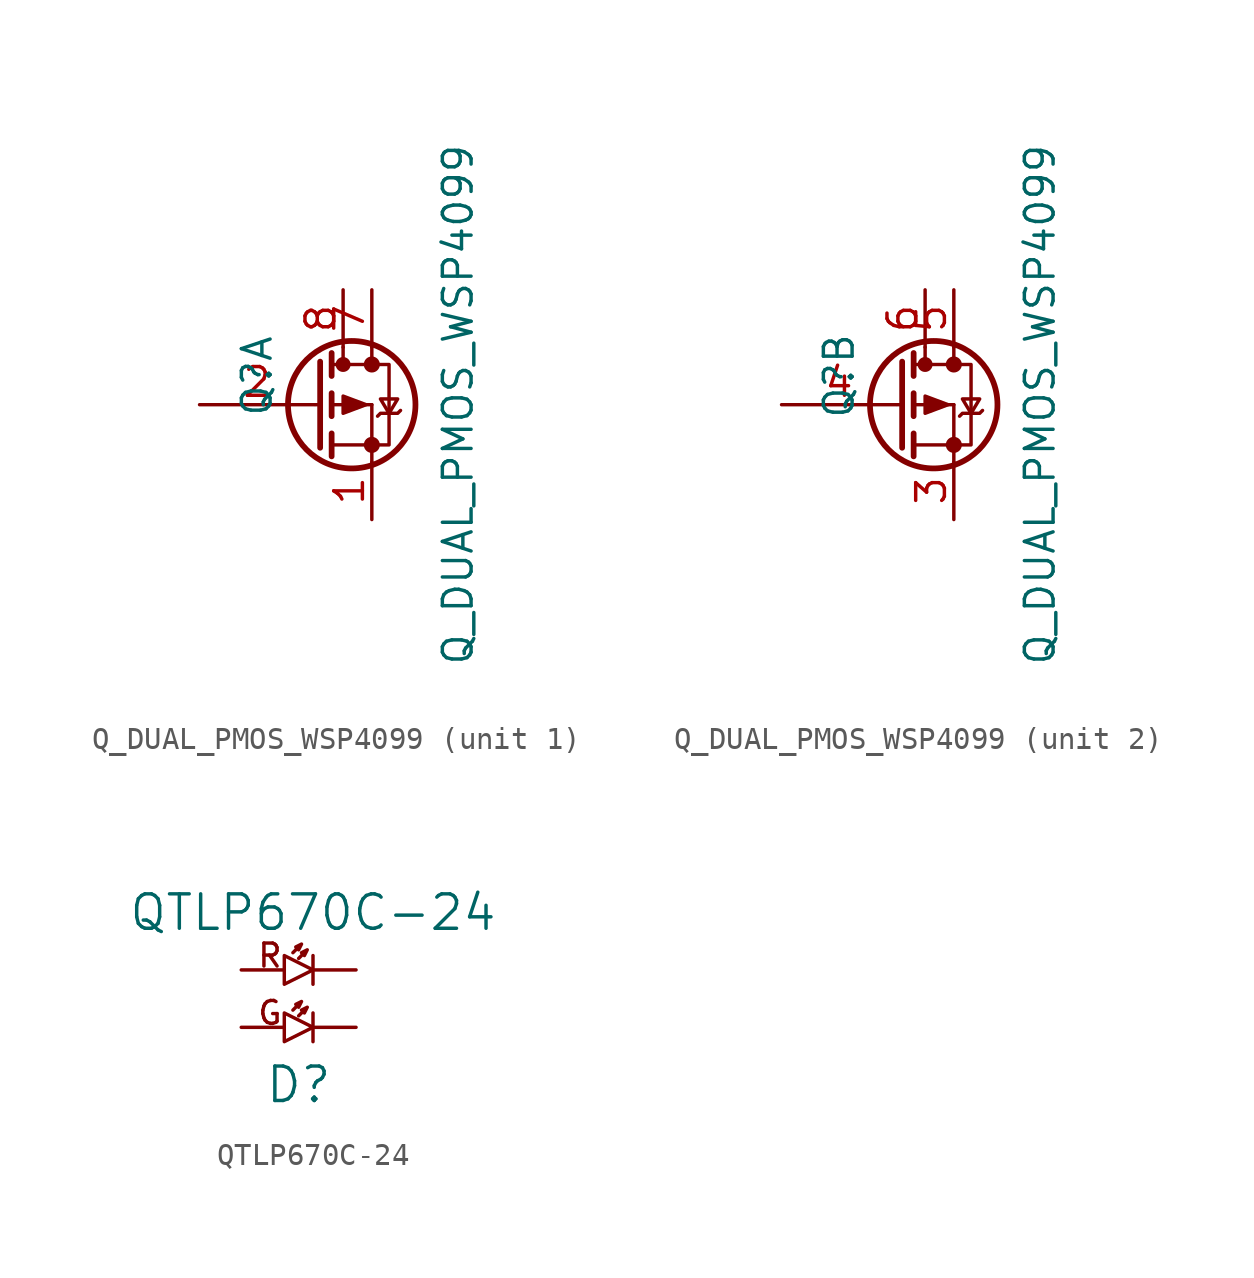
<source format=kicad_sym>
(kicad_symbol_lib
  (version 20211014)
  (generator kicad_symbol_editor)
  (symbol "Q_DUAL_PMOS_WSP4099"
    (pin_names
      (offset 0) hide)
    (property "Reference" "Q"
      (at -2.54 1.27 90)
      (effects (font (size 1.27 1.27))))
    (property "Value" "Q_DUAL_PMOS_WSP4099"
      (at 6.35 0 90)
      (effects (font (size 1.27 1.27))))
    (symbol "Q_DUAL_PMOS_WSP4099_0_1"
      (polyline (pts (xy 1.27 2.54) (xy 1.27 1.905)) (stroke (width 0) (type default) (color 0 0 0 0)) (fill (type none)))
      (circle (center 1.27 1.778) (radius 0.254) (stroke (width 0) (type default) (color 0 0 0 0)) (fill (type outline))))
    (symbol "Q_DUAL_PMOS_WSP4099_1_1"
      (polyline (pts (xy 0.051 0) (xy 0.254 0)) (stroke (width 0) (type default) (color 0 0 0 0)) (fill (type none)))
      (polyline (pts (xy 0.762 -1.778) (xy 2.54 -1.778)) (stroke (width 0) (type default) (color 0 0 0 0)) (fill (type none)))
      (polyline (pts (xy 0.762 -1.27) (xy 0.762 -2.286)) (stroke (width 0.254) (type default) (color 0 0 0 0)) (fill (type none)))
      (polyline (pts (xy 0.762 0) (xy 2.54 0)) (stroke (width 0) (type default) (color 0 0 0 0)) (fill (type none)))
      (polyline (pts (xy 0.762 0.508) (xy 0.762 -0.508)) (stroke (width 0.254) (type default) (color 0 0 0 0)) (fill (type none)))
      (polyline (pts (xy 0.762 1.778) (xy 2.54 1.778)) (stroke (width 0) (type default) (color 0 0 0 0)) (fill (type none)))
      (polyline (pts (xy 0.762 2.286) (xy 0.762 1.27)) (stroke (width 0.254) (type default) (color 0 0 0 0)) (fill (type none)))
      (polyline (pts (xy 2.54 -1.778) (xy 2.54 -2.54)) (stroke (width 0) (type default) (color 0 0 0 0)) (fill (type none)))
      (polyline (pts (xy 2.54 -1.778) (xy 2.54 0)) (stroke (width 0) (type default) (color 0 0 0 0)) (fill (type none)))
      (polyline (pts (xy 2.54 2.54) (xy 2.54 1.905)) (stroke (width 0) (type default) (color 0 0 0 0)) (fill (type none)))
      (polyline (pts (xy 0.254 1.905) (xy 0.254 -1.905) (xy 0.254 -1.905)) (stroke (width 0.254) (type default) (color 0 0 0 0)) (fill (type none)))
      (polyline (pts (xy 2.286 0) (xy 1.27 -0.381) (xy 1.27 0.381) (xy 2.286 0)) (stroke (width 0) (type default) (color 0 0 0 0)) (fill (type outline)))
      (polyline (pts (xy 2.54 -1.778) (xy 3.302 -1.778) (xy 3.302 1.778) (xy 2.54 1.778)) (stroke (width 0) (type default) (color 0 0 0 0)) (fill (type none)))
      (polyline (pts (xy 2.794 -0.508) (xy 2.921 -0.381) (xy 3.683 -0.381) (xy 3.81 -0.254)) (stroke (width 0) (type default) (color 0 0 0 0)) (fill (type none)))
      (polyline (pts (xy 3.302 -0.381) (xy 2.921 0.254) (xy 3.683 0.254) (xy 3.302 -0.381)) (stroke (width 0) (type default) (color 0 0 0 0)) (fill (type none)))
      (circle (center 1.651 0) (radius 2.819) (stroke (width 0.254) (type default) (color 0 0 0 0)) (fill (type none)))
      (circle (center 2.54 -1.778) (radius 0.279) (stroke (width 0) (type default) (color 0 0 0 0)) (fill (type outline)))
      (circle (center 2.54 1.778) (radius 0.279) (stroke (width 0) (type default) (color 0 0 0 0)) (fill (type outline)))
      (pin passive line (at 2.54 -5.08 90) (length 2.54) (name "S" (effects (font (size 1.27 1.27)))) (number "1" (effects (font (size 1.27 1.27)))))
      (pin input line (at -5.08 0 0) (length 5.08) (name "G" (effects (font (size 1.27 1.27)))) (number "2" (effects (font (size 1.27 1.27)))))
      (pin passive line (at 2.54 5.08 270) (length 2.54) (name "D" (effects (font (size 1.27 1.27)))) (number "7" (effects (font (size 1.27 1.27)))))
      (pin passive line (at 1.27 5.08 270) (length 2.54) (name "D" (effects (font (size 1.27 1.27)))) (number "8" (effects (font (size 1.27 1.27))))))
    (symbol "Q_DUAL_PMOS_WSP4099_2_1"
      (polyline (pts (xy 0.051 0) (xy 0.254 0)) (stroke (width 0) (type default) (color 0 0 0 0)) (fill (type none)))
      (polyline (pts (xy 0.762 -1.778) (xy 2.54 -1.778)) (stroke (width 0) (type default) (color 0 0 0 0)) (fill (type none)))
      (polyline (pts (xy 0.762 -1.27) (xy 0.762 -2.286)) (stroke (width 0.254) (type default) (color 0 0 0 0)) (fill (type none)))
      (polyline (pts (xy 0.762 0) (xy 2.54 0)) (stroke (width 0) (type default) (color 0 0 0 0)) (fill (type none)))
      (polyline (pts (xy 0.762 0.508) (xy 0.762 -0.508)) (stroke (width 0.254) (type default) (color 0 0 0 0)) (fill (type none)))
      (polyline (pts (xy 0.762 1.778) (xy 2.54 1.778)) (stroke (width 0) (type default) (color 0 0 0 0)) (fill (type none)))
      (polyline (pts (xy 0.762 2.286) (xy 0.762 1.27)) (stroke (width 0.254) (type default) (color 0 0 0 0)) (fill (type none)))
      (polyline (pts (xy 2.54 -1.778) (xy 2.54 -2.54)) (stroke (width 0) (type default) (color 0 0 0 0)) (fill (type none)))
      (polyline (pts (xy 2.54 -1.778) (xy 2.54 0)) (stroke (width 0) (type default) (color 0 0 0 0)) (fill (type none)))
      (polyline (pts (xy 2.54 2.54) (xy 2.54 1.778)) (stroke (width 0) (type default) (color 0 0 0 0)) (fill (type none)))
      (polyline (pts (xy 0.254 1.905) (xy 0.254 -1.905) (xy 0.254 -1.905)) (stroke (width 0.254) (type default) (color 0 0 0 0)) (fill (type none)))
      (polyline (pts (xy 2.286 0) (xy 1.27 -0.381) (xy 1.27 0.381) (xy 2.286 0)) (stroke (width 0) (type default) (color 0 0 0 0)) (fill (type outline)))
      (polyline (pts (xy 2.54 -1.778) (xy 3.302 -1.778) (xy 3.302 1.778) (xy 2.54 1.778)) (stroke (width 0) (type default) (color 0 0 0 0)) (fill (type none)))
      (polyline (pts (xy 2.794 -0.508) (xy 2.921 -0.381) (xy 3.683 -0.381) (xy 3.81 -0.254)) (stroke (width 0) (type default) (color 0 0 0 0)) (fill (type none)))
      (polyline (pts (xy 3.302 -0.381) (xy 2.921 0.254) (xy 3.683 0.254) (xy 3.302 -0.381)) (stroke (width 0) (type default) (color 0 0 0 0)) (fill (type none)))
      (circle (center 1.651 0) (radius 2.819) (stroke (width 0.254) (type default) (color 0 0 0 0)) (fill (type none)))
      (circle (center 2.54 -1.778) (radius 0.279) (stroke (width 0) (type default) (color 0 0 0 0)) (fill (type outline)))
      (circle (center 2.54 1.778) (radius 0.279) (stroke (width 0) (type default) (color 0 0 0 0)) (fill (type outline)))
      (pin passive line (at 2.54 -5.08 90) (length 2.54) (name "S" (effects (font (size 1.27 1.27)))) (number "3" (effects (font (size 1.27 1.27)))))
      (pin input line (at -5.08 0 0) (length 5.08) (name "G" (effects (font (size 1.27 1.27)))) (number "4" (effects (font (size 1.27 1.27)))))
      (pin passive line (at 2.54 5.08 270) (length 2.54) (name "D" (effects (font (size 1.27 1.27)))) (number "5" (effects (font (size 1.27 1.27)))))
      (pin passive line (at 1.27 5.08 270) (length 2.54) (name "D" (effects (font (size 1.27 1.27)))) (number "6" (effects (font (size 1.27 1.27)))))))
  (symbol "QTLP670C-24"
    (pin_numbers hide)
    (pin_names
      (offset 0) hide)
    (property "Reference" "D"
      (at 0 -2.54 0)
      (effects (font (size 1.524 1.524))))
    (property "Value" "QTLP670C-24"
      (at 0.635 5.08 0)
      (effects (font (size 1.524 1.524))))
    (symbol "QTLP670C-24_0_0"
      (text "G" (at -1.27 0.635 0) (effects (font (size 1.016 1.016))))
      (text "R" (at -1.27 3.175 0) (effects (font (size 1.016 1.016)))))
    (symbol "QTLP670C-24_0_1"
      (polyline (pts (xy 0.635 0.635) (xy 0.635 -0.635)) (stroke (width 0) (type default) (color 0 0 0 0)) (fill (type none)))
      (polyline (pts (xy 0.635 3.175) (xy 0.635 1.905)) (stroke (width 0) (type default) (color 0 0 0 0)) (fill (type none)))
      (polyline (pts (xy -0.635 0.635) (xy -0.635 -0.635) (xy 0.635 0) (xy -0.635 0.635)) (stroke (width 0) (type default) (color 0 0 0 0)) (fill (type none)))
      (polyline (pts (xy 0.635 2.54) (xy -0.635 3.175) (xy -0.635 1.905) (xy 0.635 2.54)) (stroke (width 0) (type default) (color 0 0 0 0)) (fill (type none)))
      (polyline (pts (xy -0.254 0.762) (xy 0.127 1.143) (xy -0.127 1.016) (xy 0 0.889) (xy 0.127 1.143)) (stroke (width 0) (type default) (color 0 0 0 0)) (fill (type none)))
      (polyline (pts (xy -0.254 3.302) (xy 0.127 3.683) (xy -0.127 3.556) (xy 0 3.429) (xy 0.127 3.683)) (stroke (width 0) (type default) (color 0 0 0 0)) (fill (type none)))
      (polyline (pts (xy 0 0.508) (xy 0.381 0.889) (xy 0.127 0.762) (xy 0.254 0.635) (xy 0.381 0.889)) (stroke (width 0) (type default) (color 0 0 0 0)) (fill (type none)))
      (polyline (pts (xy 0 3.048) (xy 0.381 3.429) (xy 0.127 3.302) (xy 0.254 3.175) (xy 0.381 3.429)) (stroke (width 0) (type default) (color 0 0 0 0)) (fill (type none))))
    (symbol "QTLP670C-24_1_1"
      (pin bidirectional line (at 2.54 2.54 180) (length 1.905) (name "Rc" (effects (font (size 1.016 1.016)))) (number "1" (effects (font (size 1.016 1.016)))))
      (pin bidirectional line (at -2.54 0 0) (length 1.905) (name "Ga" (effects (font (size 1.016 1.016)))) (number "2" (effects (font (size 1.016 1.016)))))
      (pin bidirectional line (at 2.54 0 180) (length 1.905) (name "Gc" (effects (font (size 1.016 1.016)))) (number "3" (effects (font (size 1.016 1.016)))))
      (pin bidirectional line (at -2.54 2.54 0) (length 1.905) (name "Ra" (effects (font (size 1.016 1.016)))) (number "4" (effects (font (size 1.016 1.016))))))))
</source>
